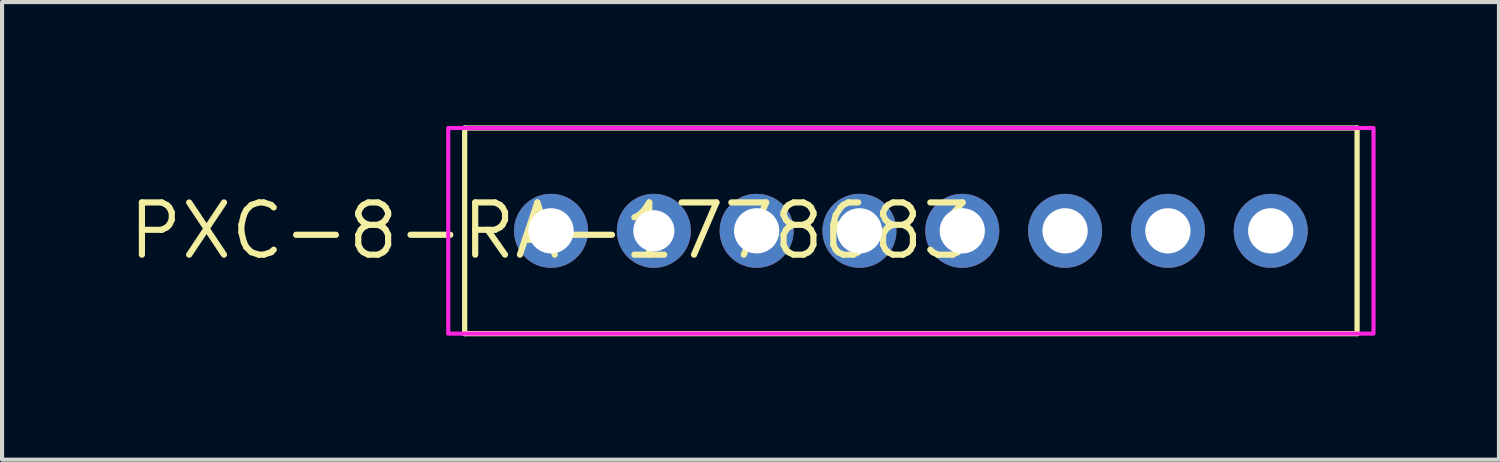
<source format=kicad_pcb>
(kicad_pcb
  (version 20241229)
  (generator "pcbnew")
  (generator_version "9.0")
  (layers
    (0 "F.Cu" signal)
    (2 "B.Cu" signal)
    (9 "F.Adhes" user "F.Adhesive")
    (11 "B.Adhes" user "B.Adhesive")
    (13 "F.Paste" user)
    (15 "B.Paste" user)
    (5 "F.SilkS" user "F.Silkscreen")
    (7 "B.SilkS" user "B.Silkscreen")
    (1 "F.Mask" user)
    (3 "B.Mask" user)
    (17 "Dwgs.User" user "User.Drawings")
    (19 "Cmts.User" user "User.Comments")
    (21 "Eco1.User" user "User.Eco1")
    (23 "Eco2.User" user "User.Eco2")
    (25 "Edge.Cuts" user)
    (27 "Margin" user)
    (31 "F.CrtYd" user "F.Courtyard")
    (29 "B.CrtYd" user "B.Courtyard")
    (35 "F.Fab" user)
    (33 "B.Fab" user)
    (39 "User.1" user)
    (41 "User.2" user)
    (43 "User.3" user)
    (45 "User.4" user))
  (footprint "PXC-8-RA-1778683"
    (layer "F.Cu")
    (at 10.349 2.563)
    (property "Reference" "PXC-8-RA-1778683" (at 0 0 0) (layer "F.SilkS") (effects (font (size 1.27 1.27) (thickness 0.15))))
    (fp_line (start -2.1 -2.5) (end 19.6 -2.5) (stroke (width 0.127) (type solid)) (layer "F.SilkS"))
    (fp_line (start -2.1 2.5) (end -2.1 -2.5) (stroke (width 0.127) (type solid)) (layer "F.SilkS"))
    (fp_line (start -2.1 2.5) (end 19.6 2.5) (stroke (width 0.127) (type solid)) (layer "F.SilkS"))
    (fp_line (start 19.6 2.5) (end 19.6 -2.5) (stroke (width 0.127) (type solid)) (layer "F.SilkS"))
    (fp_poly (pts (xy -2.5 2.5) (xy 20 2.5) (xy 20 -2.5) (xy -2.5 -2.5)) (stroke (width 0.1) (type default)) (fill no) (layer "F.CrtYd"))
    (pad "1" thru_hole circle (at 0 0) (size 1.8 1.8) (drill 1.1) (layers "*.Cu" "*.Mask"))
    (pad "2" thru_hole circle (at 2.5 0) (size 1.8 1.8) (drill 1) (layers "*.Cu" "*.Mask"))
    (pad "3" thru_hole circle (at 5 0) (size 1.8 1.8) (drill 1.1) (layers "*.Cu" "*.Mask"))
    (pad "4" thru_hole circle (at 7.5 0) (size 1.8 1.8) (drill 1.1) (layers "*.Cu" "*.Mask"))
    (pad "5" thru_hole circle (at 10 0) (size 1.8 1.8) (drill 1.1) (layers "*.Cu" "*.Mask"))
    (pad "6" thru_hole circle (at 12.5 0) (size 1.8 1.8) (drill 1.1) (layers "*.Cu" "*.Mask"))
    (pad "7" thru_hole circle (at 15 0) (size 1.8 1.8) (drill 1.1) (layers "*.Cu" "*.Mask"))
    (pad "8" thru_hole circle (at 17.5 0) (size 1.8 1.8) (drill 1.1) (layers "*.Cu" "*.Mask")))
  (gr_rect
    (start -3 -3)
    (end 33.399 8.127)
    (stroke (width 0.1) (type default))
    (fill no)
    (layer "Edge.Cuts")))
</source>
